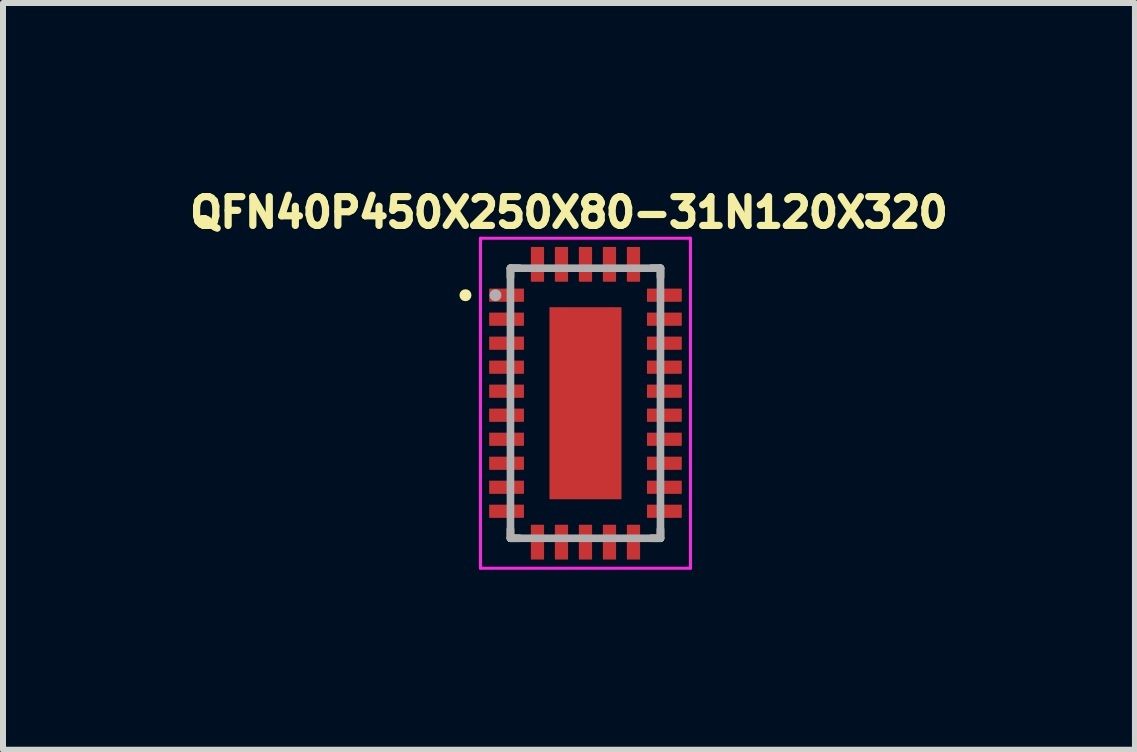
<source format=kicad_pcb>
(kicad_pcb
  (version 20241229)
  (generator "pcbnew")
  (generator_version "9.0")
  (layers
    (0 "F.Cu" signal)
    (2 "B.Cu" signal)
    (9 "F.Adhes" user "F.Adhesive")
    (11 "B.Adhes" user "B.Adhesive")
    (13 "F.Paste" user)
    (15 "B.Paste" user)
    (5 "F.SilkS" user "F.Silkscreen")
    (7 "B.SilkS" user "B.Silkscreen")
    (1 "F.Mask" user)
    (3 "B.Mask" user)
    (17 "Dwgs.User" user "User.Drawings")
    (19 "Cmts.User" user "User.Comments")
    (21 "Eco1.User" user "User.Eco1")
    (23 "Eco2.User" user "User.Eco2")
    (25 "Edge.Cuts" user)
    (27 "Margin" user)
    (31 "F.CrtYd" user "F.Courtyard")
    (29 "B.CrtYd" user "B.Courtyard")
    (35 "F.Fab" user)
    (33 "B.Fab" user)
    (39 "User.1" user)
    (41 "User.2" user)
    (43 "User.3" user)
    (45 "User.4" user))
  (footprint "QFN40P450X250X80-31N120X320"
    (layer "F.Cu")
    (at 6.707 3.67)
    (property "Reference" "QFN40P450X250X80-31N120X320" (at -0.275 -3.179 0) (layer "F.SilkS") (effects (font (size 0.48 0.48) (thickness 0.12))))
    (attr smd)
    (fp_line (start -1.25 -2.25) (end -1.25 -2.1) (stroke (width 0.127) (type solid)) (layer "F.SilkS"))
    (fp_line (start -1.25 -2.25) (end -1.1 -2.25) (stroke (width 0.127) (type solid)) (layer "F.SilkS"))
    (fp_line (start -1.25 2.25) (end -1.25 2.1) (stroke (width 0.127) (type solid)) (layer "F.SilkS"))
    (fp_line (start -1.25 2.25) (end -1.1 2.25) (stroke (width 0.127) (type solid)) (layer "F.SilkS"))
    (fp_line (start 1.25 -2.25) (end 1.1 -2.25) (stroke (width 0.127) (type solid)) (layer "F.SilkS"))
    (fp_line (start 1.25 -2.25) (end 1.25 -2.1) (stroke (width 0.127) (type solid)) (layer "F.SilkS"))
    (fp_line (start 1.25 2.25) (end 1.1 2.25) (stroke (width 0.127) (type solid)) (layer "F.SilkS"))
    (fp_line (start 1.25 2.25) (end 1.25 2.1) (stroke (width 0.127) (type solid)) (layer "F.SilkS"))
    (fp_circle (center -2 -1.8) (end -1.95 -1.8) (stroke (width 0.1) (type solid)) (fill no) (layer "F.SilkS"))
    (fp_poly (pts (xy -1.565 -1.9) (xy -1.065 -1.9) (xy -1.065 -1.7) (xy -1.565 -1.7)) (stroke (width 0.0001) (type solid)) (fill yes) (layer "F.Paste"))
    (fp_poly (pts (xy -1.565 -1.5) (xy -1.065 -1.5) (xy -1.065 -1.3) (xy -1.565 -1.3)) (stroke (width 0.0001) (type solid)) (fill yes) (layer "F.Paste"))
    (fp_poly (pts (xy -1.565 -1.1) (xy -1.065 -1.1) (xy -1.065 -0.9) (xy -1.565 -0.9)) (stroke (width 0.0001) (type solid)) (fill yes) (layer "F.Paste"))
    (fp_poly (pts (xy -1.565 -0.7) (xy -1.065 -0.7) (xy -1.065 -0.5) (xy -1.565 -0.5)) (stroke (width 0.0001) (type solid)) (fill yes) (layer "F.Paste"))
    (fp_poly (pts (xy -1.565 -0.3) (xy -1.065 -0.3) (xy -1.065 -0.1) (xy -1.565 -0.1)) (stroke (width 0.0001) (type solid)) (fill yes) (layer "F.Paste"))
    (fp_poly (pts (xy -1.565 0.1) (xy -1.065 0.1) (xy -1.065 0.3) (xy -1.565 0.3)) (stroke (width 0.0001) (type solid)) (fill yes) (layer "F.Paste"))
    (fp_poly (pts (xy -1.565 0.5) (xy -1.065 0.5) (xy -1.065 0.7) (xy -1.565 0.7)) (stroke (width 0.0001) (type solid)) (fill yes) (layer "F.Paste"))
    (fp_poly (pts (xy -1.565 0.9) (xy -1.065 0.9) (xy -1.065 1.1) (xy -1.565 1.1)) (stroke (width 0.0001) (type solid)) (fill yes) (layer "F.Paste"))
    (fp_poly (pts (xy -1.565 1.3) (xy -1.065 1.3) (xy -1.065 1.5) (xy -1.565 1.5)) (stroke (width 0.0001) (type solid)) (fill yes) (layer "F.Paste"))
    (fp_poly (pts (xy -1.565 1.7) (xy -1.065 1.7) (xy -1.065 1.9) (xy -1.565 1.9)) (stroke (width 0.0001) (type solid)) (fill yes) (layer "F.Paste"))
    (fp_poly (pts (xy -0.9 -2.565) (xy -0.7 -2.565) (xy -0.7 -2.065) (xy -0.9 -2.065)) (stroke (width 0.0001) (type solid)) (fill yes) (layer "F.Paste"))
    (fp_poly (pts (xy -0.9 2.565) (xy -0.7 2.565) (xy -0.7 2.065) (xy -0.9 2.065)) (stroke (width 0.0001) (type solid)) (fill yes) (layer "F.Paste"))
    (fp_poly (pts (xy -0.565 -1.495) (xy 0.565 -1.495) (xy 0.565 -0.105) (xy -0.565 -0.105)) (stroke (width 0.0001) (type solid)) (fill yes) (layer "F.Paste"))
    (fp_poly (pts (xy -0.565 0.105) (xy 0.565 0.105) (xy 0.565 1.495) (xy -0.565 1.495)) (stroke (width 0.0001) (type solid)) (fill yes) (layer "F.Paste"))
    (fp_poly (pts (xy -0.5 -2.565) (xy -0.3 -2.565) (xy -0.3 -2.065) (xy -0.5 -2.065)) (stroke (width 0.0001) (type solid)) (fill yes) (layer "F.Paste"))
    (fp_poly (pts (xy -0.5 2.565) (xy -0.3 2.565) (xy -0.3 2.065) (xy -0.5 2.065)) (stroke (width 0.0001) (type solid)) (fill yes) (layer "F.Paste"))
    (fp_poly (pts (xy -0.1 -2.565) (xy 0.1 -2.565) (xy 0.1 -2.065) (xy -0.1 -2.065)) (stroke (width 0.0001) (type solid)) (fill yes) (layer "F.Paste"))
    (fp_poly (pts (xy -0.1 2.565) (xy 0.1 2.565) (xy 0.1 2.065) (xy -0.1 2.065)) (stroke (width 0.0001) (type solid)) (fill yes) (layer "F.Paste"))
    (fp_poly (pts (xy 0.3 -2.565) (xy 0.5 -2.565) (xy 0.5 -2.065) (xy 0.3 -2.065)) (stroke (width 0.0001) (type solid)) (fill yes) (layer "F.Paste"))
    (fp_poly (pts (xy 0.3 2.565) (xy 0.5 2.565) (xy 0.5 2.065) (xy 0.3 2.065)) (stroke (width 0.0001) (type solid)) (fill yes) (layer "F.Paste"))
    (fp_poly (pts (xy 0.7 -2.565) (xy 0.9 -2.565) (xy 0.9 -2.065) (xy 0.7 -2.065)) (stroke (width 0.0001) (type solid)) (fill yes) (layer "F.Paste"))
    (fp_poly (pts (xy 0.7 2.565) (xy 0.9 2.565) (xy 0.9 2.065) (xy 0.7 2.065)) (stroke (width 0.0001) (type solid)) (fill yes) (layer "F.Paste"))
    (fp_poly (pts (xy 1.065 -1.9) (xy 1.565 -1.9) (xy 1.565 -1.7) (xy 1.065 -1.7)) (stroke (width 0.0001) (type solid)) (fill yes) (layer "F.Paste"))
    (fp_poly (pts (xy 1.065 -1.5) (xy 1.565 -1.5) (xy 1.565 -1.3) (xy 1.065 -1.3)) (stroke (width 0.0001) (type solid)) (fill yes) (layer "F.Paste"))
    (fp_poly (pts (xy 1.065 -1.1) (xy 1.565 -1.1) (xy 1.565 -0.9) (xy 1.065 -0.9)) (stroke (width 0.0001) (type solid)) (fill yes) (layer "F.Paste"))
    (fp_poly (pts (xy 1.065 -0.7) (xy 1.565 -0.7) (xy 1.565 -0.5) (xy 1.065 -0.5)) (stroke (width 0.0001) (type solid)) (fill yes) (layer "F.Paste"))
    (fp_poly (pts (xy 1.065 -0.3) (xy 1.565 -0.3) (xy 1.565 -0.1) (xy 1.065 -0.1)) (stroke (width 0.0001) (type solid)) (fill yes) (layer "F.Paste"))
    (fp_poly (pts (xy 1.065 0.1) (xy 1.565 0.1) (xy 1.565 0.3) (xy 1.065 0.3)) (stroke (width 0.0001) (type solid)) (fill yes) (layer "F.Paste"))
    (fp_poly (pts (xy 1.065 0.5) (xy 1.565 0.5) (xy 1.565 0.7) (xy 1.065 0.7)) (stroke (width 0.0001) (type solid)) (fill yes) (layer "F.Paste"))
    (fp_poly (pts (xy 1.065 0.9) (xy 1.565 0.9) (xy 1.565 1.1) (xy 1.065 1.1)) (stroke (width 0.0001) (type solid)) (fill yes) (layer "F.Paste"))
    (fp_poly (pts (xy 1.065 1.3) (xy 1.565 1.3) (xy 1.565 1.5) (xy 1.065 1.5)) (stroke (width 0.0001) (type solid)) (fill yes) (layer "F.Paste"))
    (fp_poly (pts (xy 1.065 1.7) (xy 1.565 1.7) (xy 1.565 1.9) (xy 1.065 1.9)) (stroke (width 0.0001) (type solid)) (fill yes) (layer "F.Paste"))
    (fp_line (start -1.75 -2.75) (end 1.75 -2.75) (stroke (width 0.05) (type solid)) (layer "F.CrtYd"))
    (fp_line (start -1.75 2.75) (end -1.75 -2.75) (stroke (width 0.05) (type solid)) (layer "F.CrtYd"))
    (fp_line (start -1.75 2.75) (end 1.75 2.75) (stroke (width 0.05) (type solid)) (layer "F.CrtYd"))
    (fp_line (start 1.75 2.75) (end 1.75 -2.75) (stroke (width 0.05) (type solid)) (layer "F.CrtYd"))
    (fp_line (start -1.25 2.25) (end -1.25 -2.25) (stroke (width 0.127) (type solid)) (layer "F.Fab"))
    (fp_line (start 1.25 -2.25) (end -1.25 -2.25) (stroke (width 0.127) (type solid)) (layer "F.Fab"))
    (fp_line (start 1.25 2.25) (end -1.25 2.25) (stroke (width 0.127) (type solid)) (layer "F.Fab"))
    (fp_line (start 1.25 2.25) (end 1.25 -2.25) (stroke (width 0.127) (type solid)) (layer "F.Fab"))
    (fp_circle (center -1.5 -1.8) (end -1.45 -1.8) (stroke (width 0.1) (type solid)) (fill no) (layer "F.Fab"))
    (pad "1" smd roundrect (at -1.315 -1.8) (size 0.58 0.22) (layers "F.Cu" "F.Mask") (roundrect_rratio 0.03))
    (pad "2" smd roundrect (at -1.315 -1.4) (size 0.58 0.22) (layers "F.Cu" "F.Mask") (roundrect_rratio 0.03))
    (pad "3" smd roundrect (at -1.315 -1) (size 0.58 0.22) (layers "F.Cu" "F.Mask") (roundrect_rratio 0.03))
    (pad "4" smd roundrect (at -1.315 -0.6) (size 0.58 0.22) (layers "F.Cu" "F.Mask") (roundrect_rratio 0.03))
    (pad "5" smd roundrect (at -1.315 -0.2) (size 0.58 0.22) (layers "F.Cu" "F.Mask") (roundrect_rratio 0.03))
    (pad "6" smd roundrect (at -1.315 0.2) (size 0.58 0.22) (layers "F.Cu" "F.Mask") (roundrect_rratio 0.03))
    (pad "7" smd roundrect (at -1.315 0.6) (size 0.58 0.22) (layers "F.Cu" "F.Mask") (roundrect_rratio 0.03))
    (pad "8" smd roundrect (at -1.315 1) (size 0.58 0.22) (layers "F.Cu" "F.Mask") (roundrect_rratio 0.03))
    (pad "9" smd roundrect (at -1.315 1.4) (size 0.58 0.22) (layers "F.Cu" "F.Mask") (roundrect_rratio 0.03))
    (pad "10" smd roundrect (at -1.315 1.8) (size 0.58 0.22) (layers "F.Cu" "F.Mask") (roundrect_rratio 0.03))
    (pad "11" smd roundrect (at -0.8 2.315 90) (size 0.58 0.22) (layers "F.Cu" "F.Mask") (roundrect_rratio 0.03))
    (pad "12" smd roundrect (at -0.4 2.315 90) (size 0.58 0.22) (layers "F.Cu" "F.Mask") (roundrect_rratio 0.03))
    (pad "13" smd roundrect (at 0 2.315 90) (size 0.58 0.22) (layers "F.Cu" "F.Mask") (roundrect_rratio 0.03))
    (pad "14" smd roundrect (at 0.4 2.315 90) (size 0.58 0.22) (layers "F.Cu" "F.Mask") (roundrect_rratio 0.03))
    (pad "15" smd roundrect (at 0.8 2.315 90) (size 0.58 0.22) (layers "F.Cu" "F.Mask") (roundrect_rratio 0.03))
    (pad "16" smd roundrect (at 1.315 1.8) (size 0.58 0.22) (layers "F.Cu" "F.Mask") (roundrect_rratio 0.03))
    (pad "17" smd roundrect (at 1.315 1.4) (size 0.58 0.22) (layers "F.Cu" "F.Mask") (roundrect_rratio 0.03))
    (pad "18" smd roundrect (at 1.315 1) (size 0.58 0.22) (layers "F.Cu" "F.Mask") (roundrect_rratio 0.03))
    (pad "19" smd roundrect (at 1.315 0.6) (size 0.58 0.22) (layers "F.Cu" "F.Mask") (roundrect_rratio 0.03))
    (pad "20" smd roundrect (at 1.315 0.2) (size 0.58 0.22) (layers "F.Cu" "F.Mask") (roundrect_rratio 0.03))
    (pad "21" smd roundrect (at 1.315 -0.2) (size 0.58 0.22) (layers "F.Cu" "F.Mask") (roundrect_rratio 0.03))
    (pad "22" smd roundrect (at 1.315 -0.6) (size 0.58 0.22) (layers "F.Cu" "F.Mask") (roundrect_rratio 0.03))
    (pad "23" smd roundrect (at 1.315 -1) (size 0.58 0.22) (layers "F.Cu" "F.Mask") (roundrect_rratio 0.03))
    (pad "24" smd roundrect (at 1.315 -1.4) (size 0.58 0.22) (layers "F.Cu" "F.Mask") (roundrect_rratio 0.03))
    (pad "25" smd roundrect (at 1.315 -1.8) (size 0.58 0.22) (layers "F.Cu" "F.Mask") (roundrect_rratio 0.03))
    (pad "26" smd roundrect (at 0.8 -2.315 90) (size 0.58 0.22) (layers "F.Cu" "F.Mask") (roundrect_rratio 0.03))
    (pad "27" smd roundrect (at 0.4 -2.315 90) (size 0.58 0.22) (layers "F.Cu" "F.Mask") (roundrect_rratio 0.03))
    (pad "28" smd roundrect (at 0 -2.315 90) (size 0.58 0.22) (layers "F.Cu" "F.Mask") (roundrect_rratio 0.03))
    (pad "29" smd roundrect (at -0.4 -2.315 90) (size 0.58 0.22) (layers "F.Cu" "F.Mask") (roundrect_rratio 0.03))
    (pad "30" smd roundrect (at -0.8 -2.315 90) (size 0.58 0.22) (layers "F.Cu" "F.Mask") (roundrect_rratio 0.03))
    (pad "31" smd rect (at 0 0) (size 1.2 3.2) (layers "F.Cu" "F.Mask")))
  (gr_rect
    (start -3 -3)
    (end 15.864 9.445)
    (stroke (width 0.1) (type default))
    (fill no)
    (layer "Edge.Cuts")))
</source>
